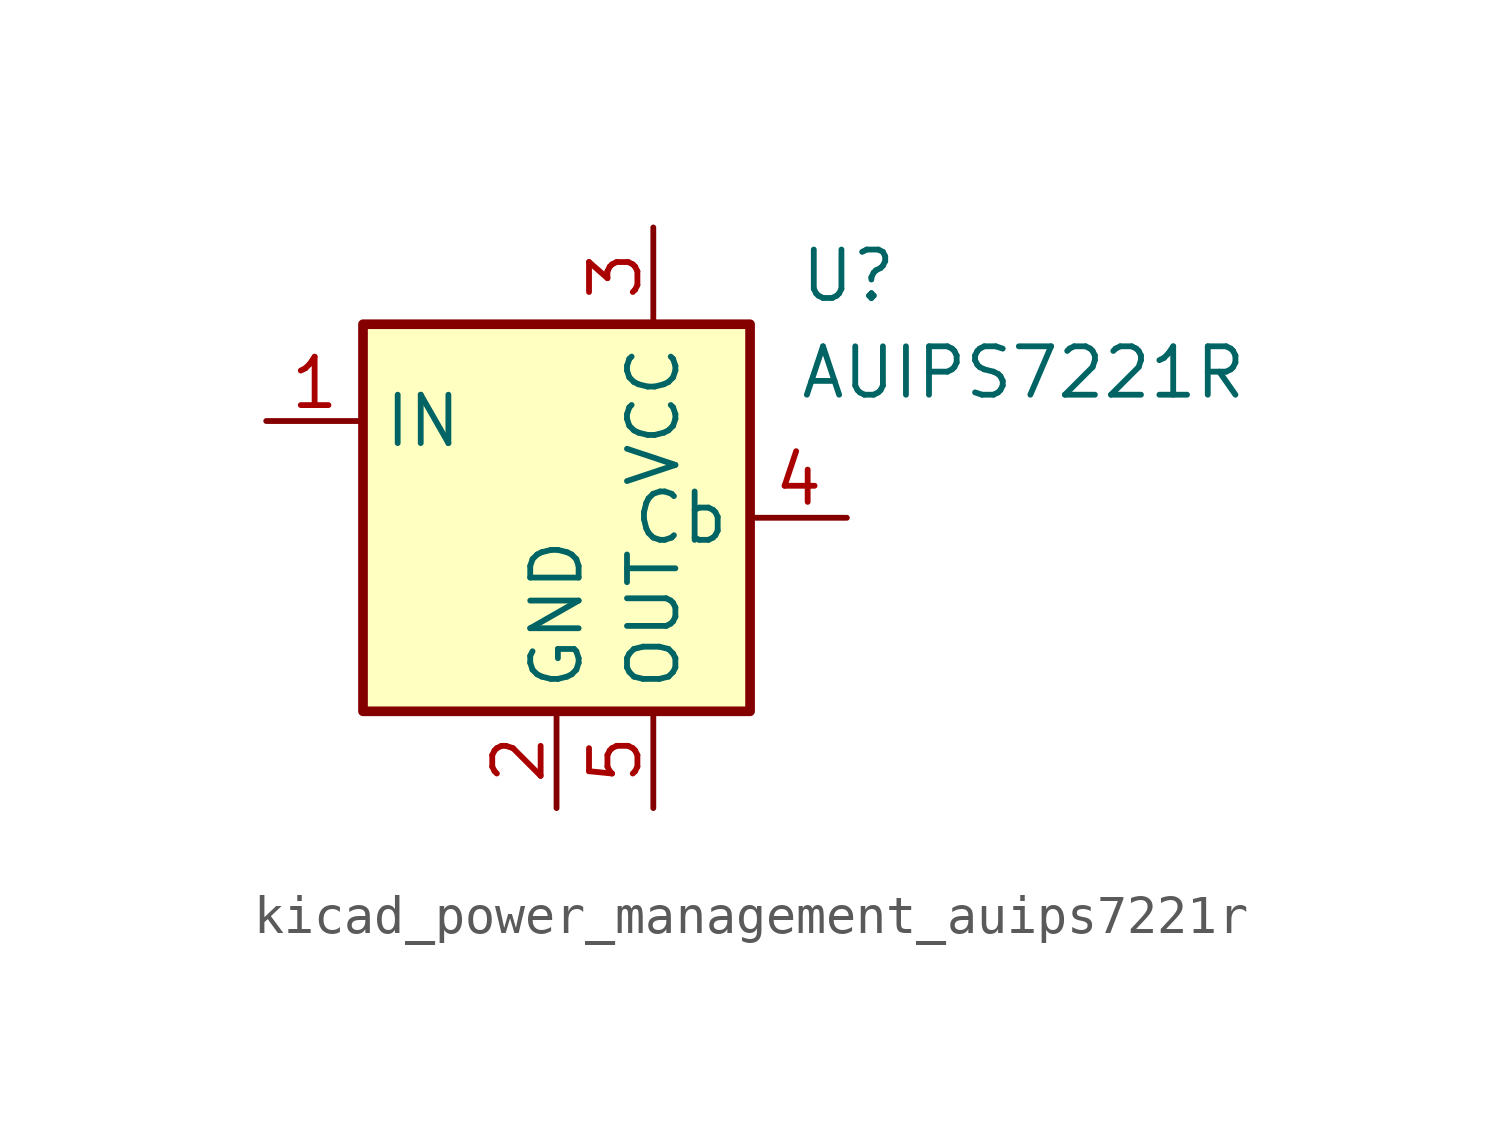
<source format=kicad_sym>
(kicad_symbol_lib
  (version 20220914)
  (generator kicad_symbol_editor)
  (symbol "kicad_power_management_auips7221r"
    (property "Reference" "U"
      (at 3.81 6.35 0)
      (effects (font (size 1.27 1.27)) (justify left)))
    (property "Value" "AUIPS7221R"
      (at 3.81 3.81 0)
      (effects (font (size 1.27 1.27)) (justify left)))
    (symbol "kicad_power_management_auips7221r_0_1"
      (rectangle (start -7.62 5.08) (end 2.54 -5.08) (stroke (width 0.254) (type default)) (fill (type background))))
    (symbol "kicad_power_management_auips7221r_1_1"
      (pin input line (at -10.16 2.54 0) (length 2.54) (name "IN" (effects (font (size 1.27 1.27)))) (number "1" (effects (font (size 1.27 1.27)))))
      (pin power_in line (at -2.54 -7.62 90) (length 2.54) (name "GND" (effects (font (size 1.27 1.27)))) (number "2" (effects (font (size 1.27 1.27)))))
      (pin power_in line (at 0 7.62 270) (length 2.54) (name "VCC" (effects (font (size 1.27 1.27)))) (number "3" (effects (font (size 1.27 1.27)))))
      (pin passive line (at 5.08 0 180) (length 2.54) (name "Cb" (effects (font (size 1.27 1.27)))) (number "4" (effects (font (size 1.27 1.27)))))
      (pin power_out line (at 0 -7.62 90) (length 2.54) (name "OUT" (effects (font (size 1.27 1.27)))) (number "5" (effects (font (size 1.27 1.27))))))))
</source>
